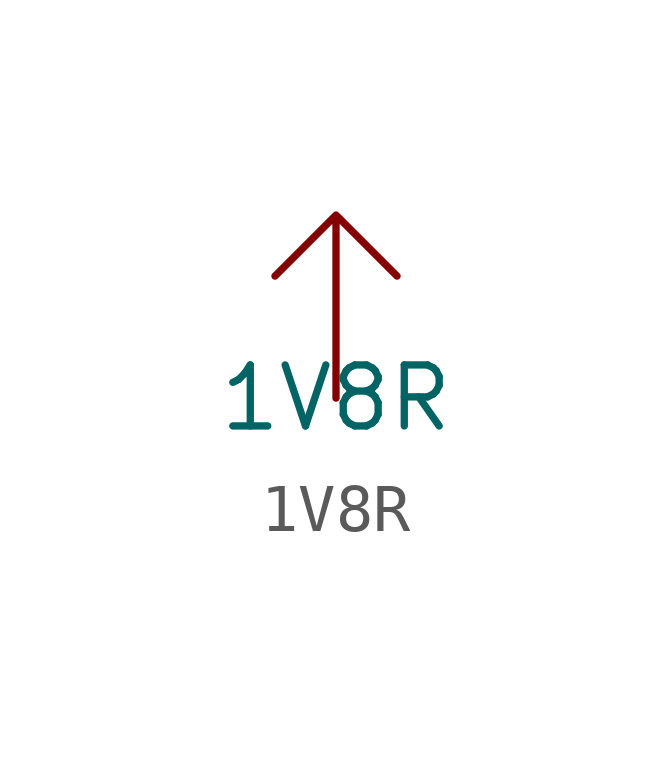
<source format=kicad_sym>
(kicad_symbol_lib
  (version 20231120)
  (generator "kicad_symbol_editor")
  (generator_version "8.0")
  (symbol "1V8R"
    (power)
    (property "Reference" "#PWR"
      (at 0 0 0)
      (effects (font (size 1.27 1.27)) (hide yes)))
    (property "Value" "1V8R"
      (at 0 0 0)
      (effects (font (size 1.27 1.27))))
    (symbol "1V8R_0_1"
      (polyline (pts (xy 0 0) (xy 0 3.81) (xy -1.27 2.54) (xy 0 3.81) (xy 1.27 2.54)) (stroke (width 0) (type default)) (fill (type none))))
    (symbol "1V8R_1_1"
      (pin power_out line (at 0 0 90) (length 2.54) hide (name "1V8R" (effects (font (size 1.27 1.27)))) (number "" (effects (font (size 1.27 1.27))))))))
</source>
